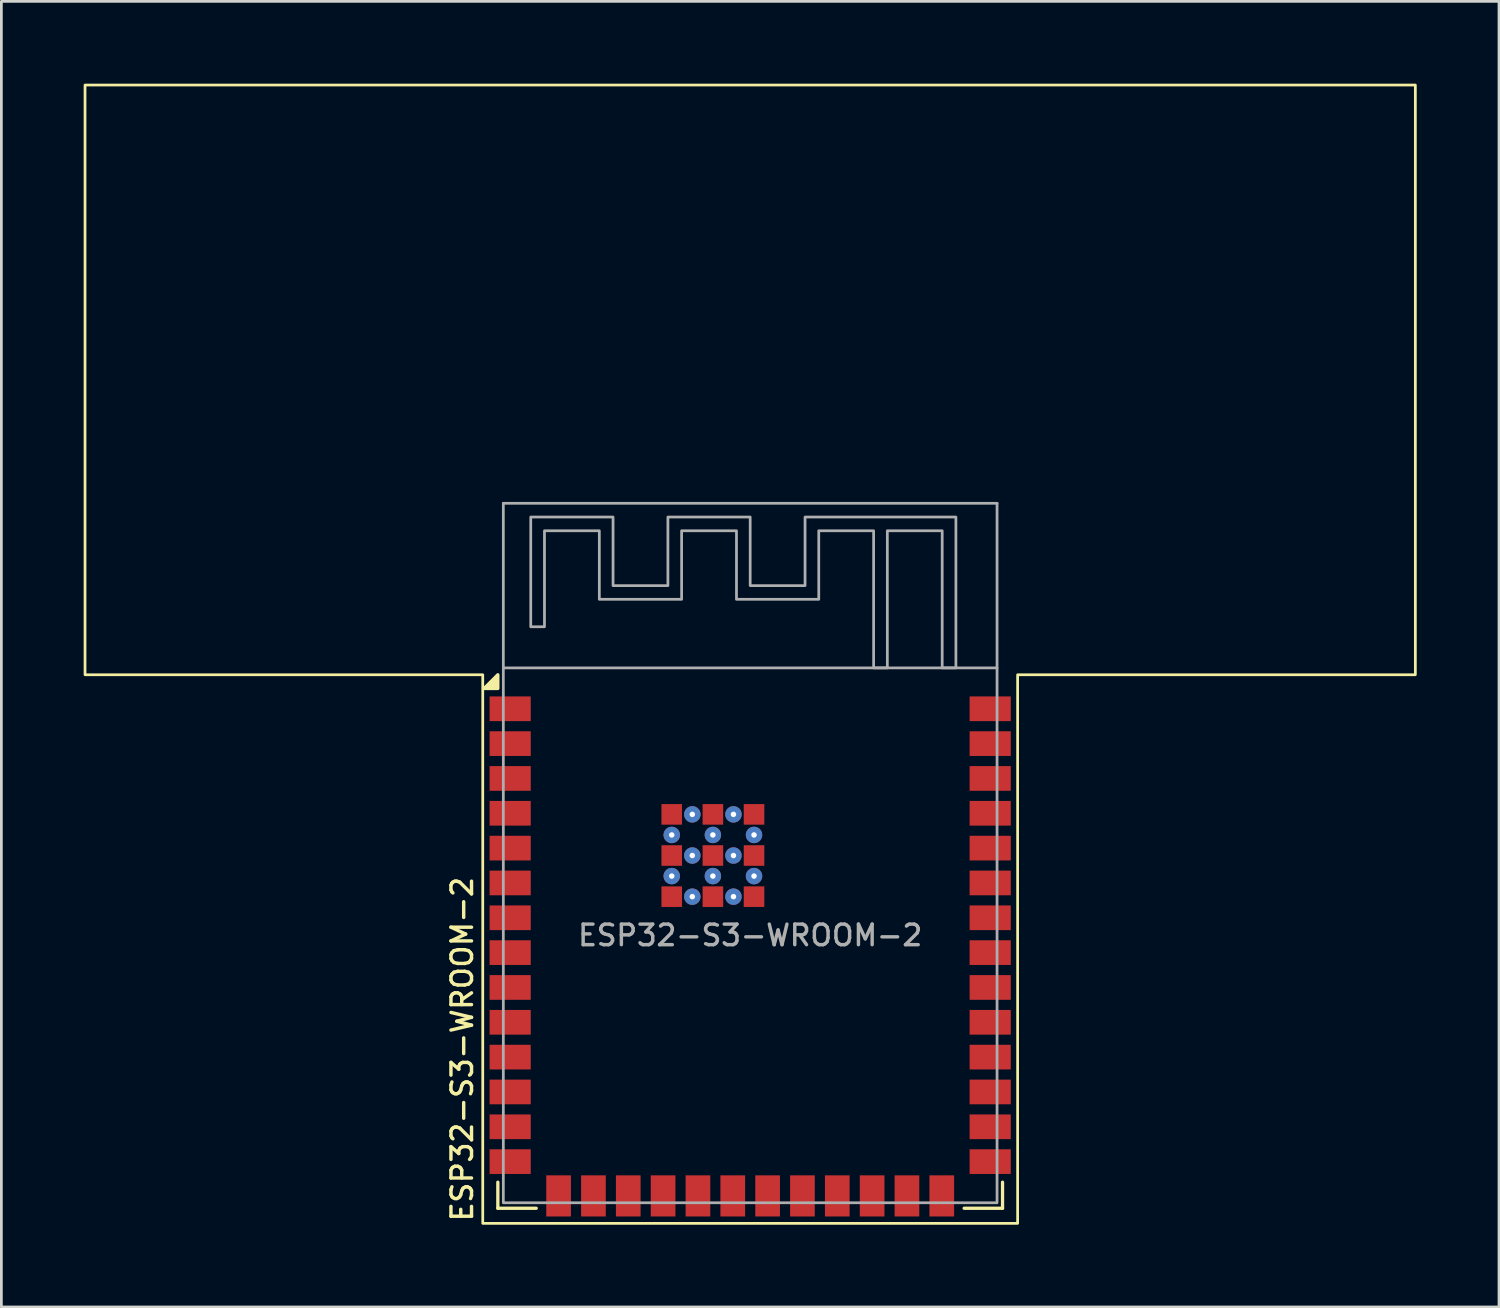
<source format=kicad_pcb>
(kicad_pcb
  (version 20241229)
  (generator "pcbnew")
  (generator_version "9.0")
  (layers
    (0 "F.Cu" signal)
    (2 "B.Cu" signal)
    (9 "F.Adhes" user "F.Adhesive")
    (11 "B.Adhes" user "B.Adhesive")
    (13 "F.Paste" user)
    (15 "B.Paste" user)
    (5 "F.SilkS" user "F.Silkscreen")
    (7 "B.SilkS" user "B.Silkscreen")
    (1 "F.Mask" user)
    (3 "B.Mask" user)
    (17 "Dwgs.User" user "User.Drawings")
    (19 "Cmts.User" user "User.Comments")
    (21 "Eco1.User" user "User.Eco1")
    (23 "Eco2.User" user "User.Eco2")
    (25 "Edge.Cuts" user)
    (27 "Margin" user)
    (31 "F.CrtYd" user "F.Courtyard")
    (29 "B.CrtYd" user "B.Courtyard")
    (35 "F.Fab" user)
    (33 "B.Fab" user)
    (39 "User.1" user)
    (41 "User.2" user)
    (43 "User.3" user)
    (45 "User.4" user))
  (footprint "ESP32-S3-WROOM-2"
    (layer "F.Cu")
    (at 24.3 28.05)
    (property "Reference" "ESP32-S3-WROOM-2" (at -10.5 13.5 90) (layer "F.SilkS") (effects (font (size 0.75 0.75) (thickness 0.125)) (justify left)))
    (attr smd)
    (fp_line (start -9.2 12.95) (end -9.2 12) (stroke (width 0.12) (type solid)) (layer "F.SilkS"))
    (fp_line (start -7.8 12.95) (end -9.2 12.95) (stroke (width 0.12) (type solid)) (layer "F.SilkS"))
    (fp_line (start 7.8 12.95) (end 9.2 12.95) (stroke (width 0.12) (type solid)) (layer "F.SilkS"))
    (fp_line (start 9.2 12.95) (end 9.2 12) (stroke (width 0.12) (type solid)) (layer "F.SilkS"))
    (fp_poly (pts (xy -9.2 -6) (xy -9.7 -6) (xy -9.2 -6.5) (xy -9.2 -6)) (stroke (width 0.12) (type solid)) (fill yes) (layer "F.SilkS"))
    (fp_poly (pts (xy -24.25 -28) (xy 24.25 -28) (xy 24.25 -6.5) (xy 9.75 -6.5) (xy 9.75 13.5) (xy -9.75 13.5) (xy -9.75 -6.5) (xy -24.25 -6.5)) (stroke (width 0.1) (type solid)) (fill no) (layer "F.SilkS"))
    (fp_line (start -9 -12.75) (end 9 -12.75) (stroke (width 0.1) (type solid)) (layer "F.Fab"))
    (fp_line (start -9 -6.75) (end -9 -12.75) (stroke (width 0.1) (type solid)) (layer "F.Fab"))
    (fp_line (start 9 -12.75) (end 9 -6.75) (stroke (width 0.1) (type solid)) (layer "F.Fab"))
    (fp_rect (start -9 -6.75) (end 9 12.75) (stroke (width 0.1) (type solid)) (fill no) (layer "F.Fab"))
    (fp_poly (pts (xy -5 -9.75) (xy -3 -9.75) (xy -3 -12.25) (xy 0 -12.25) (xy 0 -9.75) (xy 2 -9.75) (xy 2 -12.25) (xy 7.5 -12.25) (xy 7.5 -6.75) (xy 7 -6.75) (xy 7 -11.75) (xy 5 -11.75) (xy 5 -6.75) (xy 4.5 -6.75) (xy 4.5 -11.75) (xy 2.5 -11.75) (xy 2.5 -9.25) (xy -0.5 -9.25) (xy -0.5 -11.75) (xy -2.5 -11.75) (xy -2.5 -9.25) (xy -5.5 -9.25) (xy -5.5 -11.75) (xy -7.5 -11.75) (xy -7.5 -8.25) (xy -8 -8.25) (xy -8 -12.25) (xy -5 -12.25)) (stroke (width 0.1) (type solid)) (fill no) (layer "F.Fab"))
    (fp_text user "${REFERENCE}" (at 0 3 0) (layer "F.Fab") (effects (font (size 0.75 0.75) (thickness 0.125))))
    (pad "1" smd rect (at -8.75 -5.26) (size 1.5 0.9) (layers "F.Cu" "F.Mask" "F.Paste"))
    (pad "2" smd rect (at -8.75 -3.99) (size 1.5 0.9) (layers "F.Cu" "F.Mask" "F.Paste"))
    (pad "3" smd rect (at -8.75 -2.72) (size 1.5 0.9) (layers "F.Cu" "F.Mask" "F.Paste"))
    (pad "4" smd rect (at -8.75 -1.45) (size 1.5 0.9) (layers "F.Cu" "F.Mask" "F.Paste"))
    (pad "5" smd rect (at -8.75 -0.18) (size 1.5 0.9) (layers "F.Cu" "F.Mask" "F.Paste"))
    (pad "6" smd rect (at -8.75 1.09) (size 1.5 0.9) (layers "F.Cu" "F.Mask" "F.Paste"))
    (pad "7" smd rect (at -8.75 2.36) (size 1.5 0.9) (layers "F.Cu" "F.Mask" "F.Paste"))
    (pad "8" smd rect (at -8.75 3.63) (size 1.5 0.9) (layers "F.Cu" "F.Mask" "F.Paste"))
    (pad "9" smd rect (at -8.75 4.9) (size 1.5 0.9) (layers "F.Cu" "F.Mask" "F.Paste"))
    (pad "10" smd rect (at -8.75 6.17) (size 1.5 0.9) (layers "F.Cu" "F.Mask" "F.Paste"))
    (pad "11" smd rect (at -8.75 7.44) (size 1.5 0.9) (layers "F.Cu" "F.Mask" "F.Paste"))
    (pad "12" smd rect (at -8.75 8.71) (size 1.5 0.9) (layers "F.Cu" "F.Mask" "F.Paste"))
    (pad "13" smd rect (at -8.75 9.98) (size 1.5 0.9) (layers "F.Cu" "F.Mask" "F.Paste"))
    (pad "14" smd rect (at -8.75 11.25) (size 1.5 0.9) (layers "F.Cu" "F.Mask" "F.Paste"))
    (pad "15" smd rect (at -6.985 12.5 90) (size 1.5 0.9) (layers "F.Cu" "F.Mask" "F.Paste"))
    (pad "16" smd rect (at -5.715 12.5 90) (size 1.5 0.9) (layers "F.Cu" "F.Mask" "F.Paste"))
    (pad "17" smd rect (at -4.445 12.5 90) (size 1.5 0.9) (layers "F.Cu" "F.Mask" "F.Paste"))
    (pad "18" smd rect (at -3.175 12.5 90) (size 1.5 0.9) (layers "F.Cu" "F.Mask" "F.Paste"))
    (pad "19" smd rect (at -1.905 12.5 90) (size 1.5 0.9) (layers "F.Cu" "F.Mask" "F.Paste"))
    (pad "20" smd rect (at -0.635 12.5 90) (size 1.5 0.9) (layers "F.Cu" "F.Mask" "F.Paste"))
    (pad "21" smd rect (at 0.635 12.5 90) (size 1.5 0.9) (layers "F.Cu" "F.Mask" "F.Paste"))
    (pad "22" smd rect (at 1.905 12.5 90) (size 1.5 0.9) (layers "F.Cu" "F.Mask" "F.Paste"))
    (pad "23" smd rect (at 3.175 12.5 90) (size 1.5 0.9) (layers "F.Cu" "F.Mask" "F.Paste"))
    (pad "24" smd rect (at 4.445 12.5 90) (size 1.5 0.9) (layers "F.Cu" "F.Mask" "F.Paste"))
    (pad "25" smd rect (at 5.715 12.5 90) (size 1.5 0.9) (layers "F.Cu" "F.Mask" "F.Paste"))
    (pad "26" smd rect (at 6.985 12.5 90) (size 1.5 0.9) (layers "F.Cu" "F.Mask" "F.Paste"))
    (pad "27" smd rect (at 8.75 11.25) (size 1.5 0.9) (layers "F.Cu" "F.Mask" "F.Paste"))
    (pad "28" smd rect (at 8.75 9.98) (size 1.5 0.9) (layers "F.Cu" "F.Mask" "F.Paste"))
    (pad "29" smd rect (at 8.75 8.71) (size 1.5 0.9) (layers "F.Cu" "F.Mask" "F.Paste"))
    (pad "30" smd rect (at 8.75 7.44) (size 1.5 0.9) (layers "F.Cu" "F.Mask" "F.Paste"))
    (pad "31" smd rect (at 8.75 6.17) (size 1.5 0.9) (layers "F.Cu" "F.Mask" "F.Paste"))
    (pad "32" smd rect (at 8.75 4.9) (size 1.5 0.9) (layers "F.Cu" "F.Mask" "F.Paste"))
    (pad "33" smd rect (at 8.75 3.63) (size 1.5 0.9) (layers "F.Cu" "F.Mask" "F.Paste"))
    (pad "34" smd rect (at 8.75 2.36) (size 1.5 0.9) (layers "F.Cu" "F.Mask" "F.Paste"))
    (pad "35" smd rect (at 8.75 1.09) (size 1.5 0.9) (layers "F.Cu" "F.Mask" "F.Paste"))
    (pad "36" smd rect (at 8.75 -0.18) (size 1.5 0.9) (layers "F.Cu" "F.Mask" "F.Paste"))
    (pad "37" smd rect (at 8.75 -1.45) (size 1.5 0.9) (layers "F.Cu" "F.Mask" "F.Paste"))
    (pad "38" smd rect (at 8.75 -2.72) (size 1.5 0.9) (layers "F.Cu" "F.Mask" "F.Paste"))
    (pad "39" smd rect (at 8.75 -3.99) (size 1.5 0.9) (layers "F.Cu" "F.Mask" "F.Paste"))
    (pad "40" smd rect (at 8.75 -5.26) (size 1.5 0.9) (layers "F.Cu" "F.Mask" "F.Paste"))
    (pad "41" smd rect (at -2.86 -1.41) (size 0.75 0.75) (layers "F.Cu" "F.Mask" "F.Paste"))
    (pad "41" thru_hole circle (at -2.86 -0.66) (size 0.6 0.6) (drill 0.2) (property pad_prop_heatsink) (layers "*.Cu" "*.Mask"))
    (pad "41" smd rect (at -2.86 0.09) (size 0.75 0.75) (layers "F.Cu" "F.Mask" "F.Paste"))
    (pad "41" thru_hole circle (at -2.86 0.84) (size 0.6 0.6) (drill 0.2) (property pad_prop_heatsink) (layers "*.Cu" "*.Mask"))
    (pad "41" smd rect (at -2.86 1.59) (size 0.75 0.75) (layers "F.Cu" "F.Mask" "F.Paste"))
    (pad "41" thru_hole circle (at -2.11 -1.41) (size 0.6 0.6) (drill 0.2) (property pad_prop_heatsink) (layers "*.Cu" "*.Mask"))
    (pad "41" thru_hole circle (at -2.11 0.09) (size 0.6 0.6) (drill 0.2) (property pad_prop_heatsink) (layers "*.Cu" "*.Mask"))
    (pad "41" thru_hole circle (at -2.11 1.59) (size 0.6 0.6) (drill 0.2) (property pad_prop_heatsink) (layers "*.Cu" "*.Mask"))
    (pad "41" smd rect (at -1.36 -1.41) (size 0.75 0.75) (layers "F.Cu" "F.Mask" "F.Paste"))
    (pad "41" thru_hole circle (at -1.36 -0.66) (size 0.6 0.6) (drill 0.2) (property pad_prop_heatsink) (layers "*.Cu" "*.Mask"))
    (pad "41" smd rect (at -1.36 0.09) (size 0.75 0.75) (layers "F.Cu" "F.Mask" "F.Paste"))
    (pad "41" thru_hole circle (at -1.36 0.84) (size 0.6 0.6) (drill 0.2) (property pad_prop_heatsink) (layers "*.Cu" "*.Mask"))
    (pad "41" smd rect (at -1.36 1.59) (size 0.75 0.75) (layers "F.Cu" "F.Mask" "F.Paste"))
    (pad "41" thru_hole circle (at -0.61 -1.41) (size 0.6 0.6) (drill 0.2) (property pad_prop_heatsink) (layers "*.Cu" "*.Mask"))
    (pad "41" thru_hole circle (at -0.61 0.09) (size 0.6 0.6) (drill 0.2) (property pad_prop_heatsink) (layers "*.Cu" "*.Mask"))
    (pad "41" thru_hole circle (at -0.61 1.59) (size 0.6 0.6) (drill 0.2) (property pad_prop_heatsink) (layers "*.Cu" "*.Mask"))
    (pad "41" smd rect (at 0.14 -1.41) (size 0.75 0.75) (layers "F.Cu" "F.Mask" "F.Paste"))
    (pad "41" thru_hole circle (at 0.14 -0.66) (size 0.6 0.6) (drill 0.2) (property pad_prop_heatsink) (layers "*.Cu" "*.Mask"))
    (pad "41" smd rect (at 0.14 0.09) (size 0.75 0.75) (layers "F.Cu" "F.Mask" "F.Paste"))
    (pad "41" thru_hole circle (at 0.14 0.84) (size 0.6 0.6) (drill 0.2) (property pad_prop_heatsink) (layers "*.Cu" "*.Mask"))
    (pad "41" smd rect (at 0.14 1.59) (size 0.75 0.75) (layers "F.Cu" "F.Mask" "F.Paste"))
    (zone (net_name "") (layer "F.Cu") (hatch full 0.5) (connect_pads) (min_thickness 0.25) (filled_areas_thickness no) (keepout (tracks not_allowed) (vias not_allowed) (pads not_allowed) (copperpour not_allowed) (footprints not_allowed)) (placement (enabled no)) (fill) (polygon (pts (xy 0.3 0.3) (xy 48.3 0.3) (xy 48.3 21.3) (xy 0.3 21.3)))))
  (gr_rect
    (start -3 -3)
    (end 51.6 44.6)
    (stroke (width 0.1) (type default))
    (fill no)
    (layer "Edge.Cuts")))
</source>
